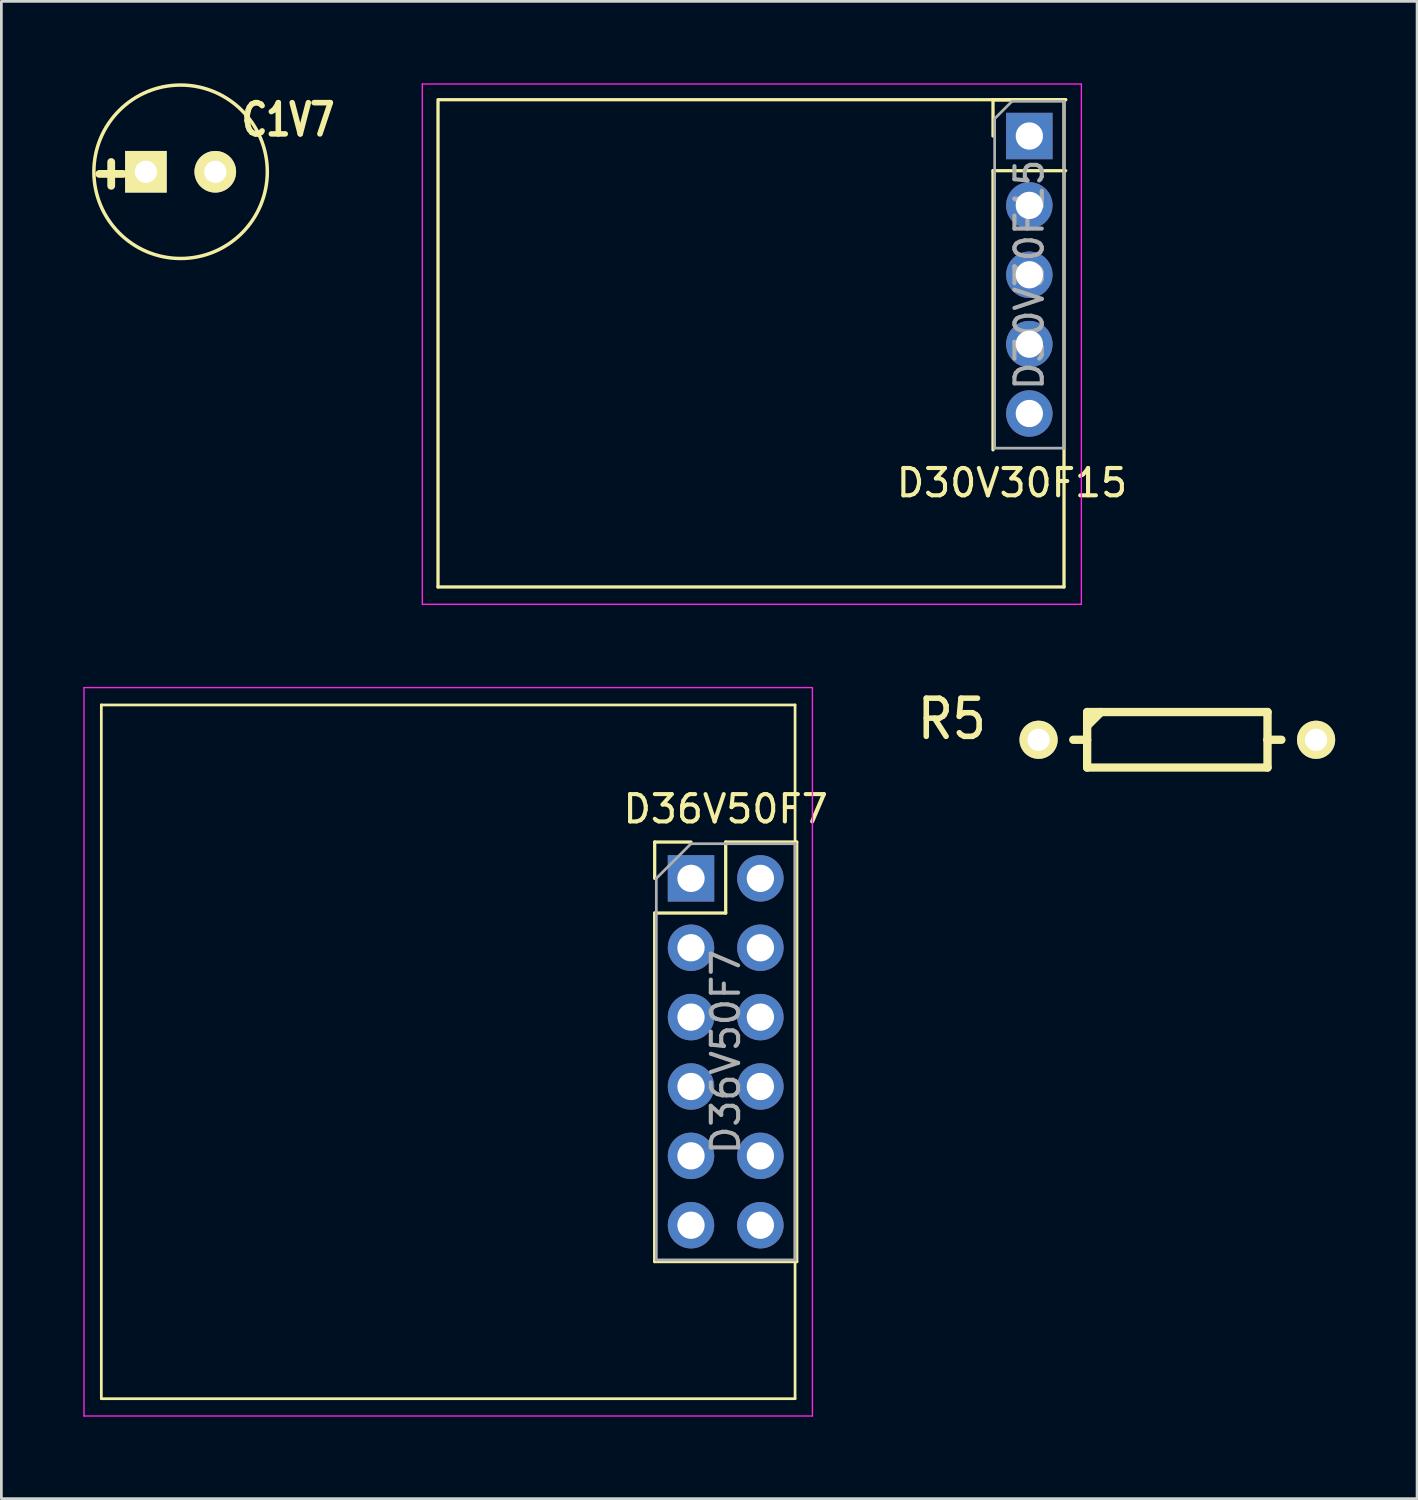
<source format=kicad_pcb>
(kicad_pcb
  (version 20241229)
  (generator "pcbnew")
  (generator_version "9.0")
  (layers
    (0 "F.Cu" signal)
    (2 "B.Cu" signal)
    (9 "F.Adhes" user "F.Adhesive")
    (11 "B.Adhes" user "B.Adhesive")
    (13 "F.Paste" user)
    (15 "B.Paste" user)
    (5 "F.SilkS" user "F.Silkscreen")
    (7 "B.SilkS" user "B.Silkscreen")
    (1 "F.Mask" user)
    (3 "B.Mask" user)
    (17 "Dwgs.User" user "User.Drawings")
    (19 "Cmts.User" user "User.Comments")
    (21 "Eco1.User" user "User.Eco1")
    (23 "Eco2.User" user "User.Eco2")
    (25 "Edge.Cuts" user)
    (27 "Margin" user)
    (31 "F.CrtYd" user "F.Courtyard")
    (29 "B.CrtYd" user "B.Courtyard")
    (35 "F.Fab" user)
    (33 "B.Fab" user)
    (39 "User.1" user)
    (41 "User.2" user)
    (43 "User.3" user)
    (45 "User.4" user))
  (footprint "D30V30F15"
    (layer "F.Cu")
    (at 34.637 1.93)
    (property "Reference" "D30V30F15" (at -0.635 12.7 0) (layer "F.SilkS") (effects (font (size 1 1) (thickness 0.15))))
    (attr through_hole)
    (fp_line (start -21.65 -1.27) (end -21.65 16.51) (stroke (width 0.12) (type solid)) (layer "F.SilkS"))
    (fp_line (start -1.33 -1.33) (end 0 -1.33) (stroke (width 0.12) (type solid)) (layer "F.SilkS"))
    (fp_line (start -1.33 -1.33) (end 1.33 -1.33) (stroke (width 0.12) (type solid)) (layer "F.SilkS"))
    (fp_line (start -1.33 0) (end -1.33 -1.33) (stroke (width 0.12) (type solid)) (layer "F.SilkS"))
    (fp_line (start -1.33 1.27) (end -1.33 11.49) (stroke (width 0.12) (type solid)) (layer "F.SilkS"))
    (fp_line (start -1.33 1.27) (end 1.33 1.27) (stroke (width 0.12) (type solid)) (layer "F.SilkS"))
    (fp_line (start 1.27 -1.27) (end 1.27 16.51) (stroke (width 0.12) (type solid)) (layer "F.SilkS"))
    (fp_line (start 1.27 16.51) (end -21.65 16.51) (stroke (width 0.12) (type solid)) (layer "F.SilkS"))
    (fp_line (start 1.33 -1.33) (end -21.65 -1.33) (stroke (width 0.12) (type solid)) (layer "F.SilkS"))
    (fp_line (start -22.225 -1.905) (end -22.225 17.145) (stroke (width 0.05) (type solid)) (layer "F.CrtYd"))
    (fp_line (start -22.225 17.145) (end 1.905 17.145) (stroke (width 0.05) (type solid)) (layer "F.CrtYd"))
    (fp_line (start 1.905 -1.905) (end -22.225 -1.905) (stroke (width 0.05) (type solid)) (layer "F.CrtYd"))
    (fp_line (start 1.905 17.145) (end 1.905 -1.905) (stroke (width 0.05) (type solid)) (layer "F.CrtYd"))
    (fp_line (start -1.27 -0.635) (end -0.635 -1.27) (stroke (width 0.1) (type solid)) (layer "F.Fab"))
    (fp_line (start -1.27 11.43) (end -1.27 -0.635) (stroke (width 0.1) (type solid)) (layer "F.Fab"))
    (fp_line (start -0.635 -1.27) (end 1.27 -1.27) (stroke (width 0.1) (type solid)) (layer "F.Fab"))
    (fp_line (start 1.27 -1.27) (end 1.27 11.43) (stroke (width 0.1) (type solid)) (layer "F.Fab"))
    (fp_line (start 1.27 11.43) (end -1.27 11.43) (stroke (width 0.1) (type solid)) (layer "F.Fab"))
    (fp_text user "${REFERENCE}" (at 0 5.08 90) (layer "F.Fab") (effects (font (size 1 1) (thickness 0.15))))
    (pad "1" thru_hole rect (at 0 0) (size 1.7 1.7) (drill 1) (layers "*.Cu" "*.Mask"))
    (pad "2" thru_hole oval (at 0 2.54) (size 1.7 1.7) (drill 1) (layers "*.Cu" "*.Mask"))
    (pad "3" thru_hole oval (at 0 5.08) (size 1.7 1.7) (drill 1) (layers "*.Cu" "*.Mask"))
    (pad "4" thru_hole oval (at 0 7.62) (size 1.7 1.7) (drill 1) (layers "*.Cu" "*.Mask"))
    (pad "5" thru_hole oval (at 0 10.16) (size 1.7 1.7) (drill 1) (layers "*.Cu" "*.Mask")))
  (footprint "C1V7"
    (layer "F.Cu")
    (at 3.562 3.239)
    (property "Reference" "C1V7" (at 3.937 -1.905 0) (layer "F.SilkS") (effects (font (size 1.143 0.889) (thickness 0.203))))
    (fp_circle (center 0 0) (end 3.175 0) (stroke (width 0.127) (type solid)) (fill no) (layer "F.SilkS"))
    (fp_text user "+" (at -2.54 0 0) (layer "F.SilkS") (effects (font (size 1.143 1.143) (thickness 0.286))))
    (pad "1" thru_hole rect (at -1.27 0) (size 1.524 1.524) (drill 0.813) (layers "*.Cu" "*.Mask" "F.SilkS"))
    (pad "2" thru_hole circle (at 1.27 0) (size 1.524 1.524) (drill 0.813) (layers "*.Cu" "*.Mask" "F.SilkS")))
  (footprint "R5"
    (layer "F.Cu")
    (at 40.056 24.036)
    (property "Reference" "R5" (at -8.255 -0.762 0) (layer "F.SilkS") (effects (font (size 1.397 1.27) (thickness 0.203))))
    (fp_line (start -3.81 0) (end -3.302 0) (stroke (width 0.305) (type solid)) (layer "F.SilkS"))
    (fp_line (start -3.302 -1.016) (end -3.302 1.016) (stroke (width 0.305) (type solid)) (layer "F.SilkS"))
    (fp_line (start -3.302 -0.508) (end -2.794 -1.016) (stroke (width 0.305) (type solid)) (layer "F.SilkS"))
    (fp_line (start -3.302 1.016) (end 3.302 1.016) (stroke (width 0.305) (type solid)) (layer "F.SilkS"))
    (fp_line (start 3.302 -1.016) (end -3.302 -1.016) (stroke (width 0.305) (type solid)) (layer "F.SilkS"))
    (fp_line (start 3.302 0) (end 3.302 -1.016) (stroke (width 0.305) (type solid)) (layer "F.SilkS"))
    (fp_line (start 3.302 1.016) (end 3.302 0) (stroke (width 0.305) (type solid)) (layer "F.SilkS"))
    (fp_line (start 3.81 0) (end 3.302 0) (stroke (width 0.305) (type solid)) (layer "F.SilkS"))
    (pad "1" thru_hole circle (at -5.08 0) (size 1.397 1.397) (drill 0.813) (layers "*.Cu" "*.Mask" "F.SilkS"))
    (pad "2" thru_hole circle (at 5.08 0) (size 1.397 1.397) (drill 0.813) (layers "*.Cu" "*.Mask" "F.SilkS")))
  (footprint "D36V50F7"
    (layer "F.Cu")
    (at 13.36 35.46)
    (property "Reference" "D36V50F7" (at 10.16 -8.89 0) (layer "F.SilkS") (effects (font (size 1 1) (thickness 0.15))))
    (attr through_hole)
    (fp_line (start -12.7 -12.7) (end -12.7 12.7) (stroke (width 0.1) (type default)) (layer "F.SilkS"))
    (fp_line (start -12.7 12.7) (end 12.7 12.7) (stroke (width 0.1) (type default)) (layer "F.SilkS"))
    (fp_line (start 7.56 -7.68) (end 8.89 -7.68) (stroke (width 0.12) (type solid)) (layer "F.SilkS"))
    (fp_line (start 7.56 -6.35) (end 7.56 -7.68) (stroke (width 0.12) (type solid)) (layer "F.SilkS"))
    (fp_line (start 7.56 -5.08) (end 7.56 7.68) (stroke (width 0.12) (type solid)) (layer "F.SilkS"))
    (fp_line (start 7.56 -5.08) (end 10.16 -5.08) (stroke (width 0.12) (type solid)) (layer "F.SilkS"))
    (fp_line (start 7.56 7.68) (end 12.76 7.68) (stroke (width 0.12) (type solid)) (layer "F.SilkS"))
    (fp_line (start 10.16 -7.68) (end 12.76 -7.68) (stroke (width 0.12) (type solid)) (layer "F.SilkS"))
    (fp_line (start 10.16 -5.08) (end 10.16 -7.68) (stroke (width 0.12) (type solid)) (layer "F.SilkS"))
    (fp_line (start 12.7 -12.7) (end -12.7 -12.7) (stroke (width 0.1) (type default)) (layer "F.SilkS"))
    (fp_line (start 12.7 12.7) (end 12.7 -12.7) (stroke (width 0.1) (type default)) (layer "F.SilkS"))
    (fp_line (start 12.76 -7.68) (end 12.76 7.68) (stroke (width 0.12) (type solid)) (layer "F.SilkS"))
    (fp_line (start -13.335 -13.335) (end -13.335 13.335) (stroke (width 0.05) (type solid)) (layer "F.CrtYd"))
    (fp_line (start -13.335 13.335) (end 13.335 13.335) (stroke (width 0.05) (type solid)) (layer "F.CrtYd"))
    (fp_line (start 13.335 -13.335) (end -13.335 -13.335) (stroke (width 0.05) (type solid)) (layer "F.CrtYd"))
    (fp_line (start 13.335 -13.335) (end 13.335 13.335) (stroke (width 0.05) (type solid)) (layer "F.CrtYd"))
    (fp_line (start 7.62 -6.35) (end 8.89 -7.62) (stroke (width 0.1) (type solid)) (layer "F.Fab"))
    (fp_line (start 7.62 7.62) (end 7.62 -6.35) (stroke (width 0.1) (type solid)) (layer "F.Fab"))
    (fp_line (start 8.89 -7.62) (end 12.7 -7.62) (stroke (width 0.1) (type solid)) (layer "F.Fab"))
    (fp_line (start 12.7 -7.62) (end 12.7 7.62) (stroke (width 0.1) (type solid)) (layer "F.Fab"))
    (fp_line (start 12.7 7.62) (end 7.62 7.62) (stroke (width 0.1) (type solid)) (layer "F.Fab"))
    (fp_text user "${REFERENCE}" (at 10.16 0 90) (layer "F.Fab") (effects (font (size 1 1) (thickness 0.15))))
    (pad "1" thru_hole rect (at 8.89 -6.35) (size 1.7 1.7) (drill 1) (layers "*.Cu" "*.Mask"))
    (pad "2" thru_hole oval (at 11.43 -6.35) (size 1.7 1.7) (drill 1) (layers "*.Cu" "*.Mask"))
    (pad "3" thru_hole oval (at 8.89 -3.81) (size 1.7 1.7) (drill 1) (layers "*.Cu" "*.Mask"))
    (pad "4" thru_hole oval (at 11.43 -3.81) (size 1.7 1.7) (drill 1) (layers "*.Cu" "*.Mask"))
    (pad "5" thru_hole oval (at 8.89 -1.27) (size 1.7 1.7) (drill 1) (layers "*.Cu" "*.Mask"))
    (pad "6" thru_hole oval (at 11.43 -1.27) (size 1.7 1.7) (drill 1) (layers "*.Cu" "*.Mask"))
    (pad "7" thru_hole oval (at 8.89 1.27) (size 1.7 1.7) (drill 1) (layers "*.Cu" "*.Mask"))
    (pad "8" thru_hole oval (at 11.43 1.27) (size 1.7 1.7) (drill 1) (layers "*.Cu" "*.Mask"))
    (pad "9" thru_hole oval (at 8.89 3.81) (size 1.7 1.7) (drill 1) (layers "*.Cu" "*.Mask"))
    (pad "10" thru_hole oval (at 11.43 3.81) (size 1.7 1.7) (drill 1) (layers "*.Cu" "*.Mask"))
    (pad "11" thru_hole oval (at 8.89 6.35) (size 1.7 1.7) (drill 1) (layers "*.Cu" "*.Mask"))
    (pad "12" thru_hole oval (at 11.43 6.35) (size 1.7 1.7) (drill 1) (layers "*.Cu" "*.Mask")))
  (gr_rect
    (start -3 -3)
    (end 48.834 51.82)
    (stroke (width 0.1) (type default))
    (fill no)
    (layer "Edge.Cuts")))
</source>
